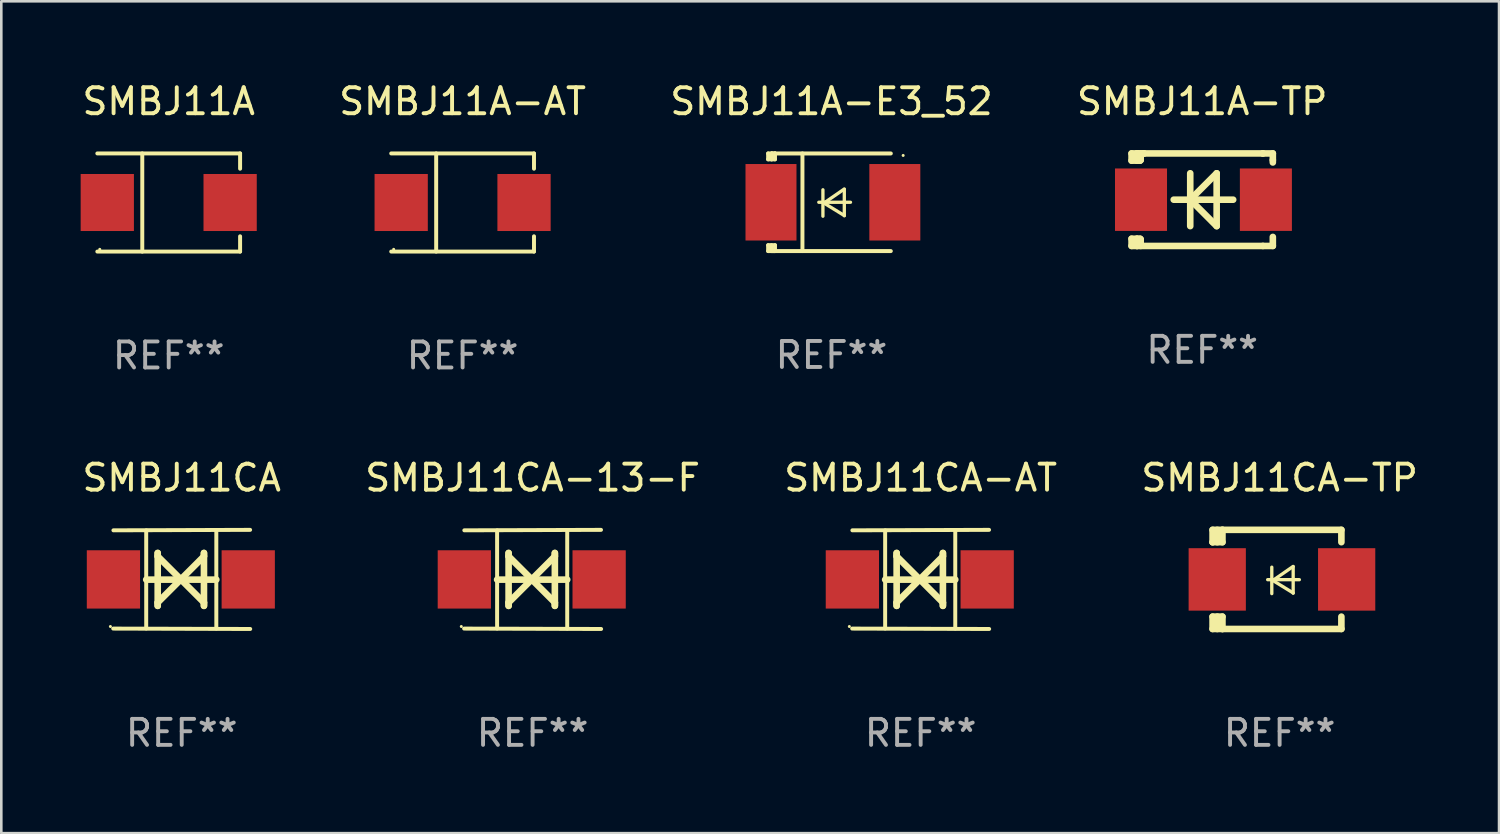
<source format=kicad_pcb>
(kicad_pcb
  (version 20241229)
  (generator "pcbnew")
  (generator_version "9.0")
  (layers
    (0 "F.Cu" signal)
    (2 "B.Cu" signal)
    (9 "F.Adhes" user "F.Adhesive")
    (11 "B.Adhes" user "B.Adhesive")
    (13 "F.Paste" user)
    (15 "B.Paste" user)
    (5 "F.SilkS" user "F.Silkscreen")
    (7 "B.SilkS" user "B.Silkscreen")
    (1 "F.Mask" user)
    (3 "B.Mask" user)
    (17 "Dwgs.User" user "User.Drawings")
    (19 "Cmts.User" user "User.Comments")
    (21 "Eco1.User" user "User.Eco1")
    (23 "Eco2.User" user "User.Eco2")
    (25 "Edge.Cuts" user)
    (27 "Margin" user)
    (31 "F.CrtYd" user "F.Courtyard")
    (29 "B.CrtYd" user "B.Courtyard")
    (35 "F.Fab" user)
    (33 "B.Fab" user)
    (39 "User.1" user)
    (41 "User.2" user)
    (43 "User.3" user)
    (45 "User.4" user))
  (footprint "SMBJ11A-TP"
    (layer "F.Cu")
    (at 43.161 4.626)
    (property "Reference" "SMBJ11A-TP" (at 0 -3.778 0) (layer "F.SilkS") (effects (font (size 1 1) (thickness 0.15))))
    (attr through_hole)
    (fp_line (start -2.715 -1.778) (end -2.715 -1.501) (stroke (width 0.254) (type solid)) (layer "F.SilkS"))
    (fp_line (start -2.715 -1.501) (end -2.505 -1.501) (stroke (width 0.254) (type solid)) (layer "F.SilkS"))
    (fp_line (start -2.715 1.501) (end -2.715 1.778) (stroke (width 0.254) (type solid)) (layer "F.SilkS"))
    (fp_line (start -2.715 1.501) (end -2.505 1.501) (stroke (width 0.254) (type solid)) (layer "F.SilkS"))
    (fp_line (start -2.715 1.778) (end -2.504 1.778) (stroke (width 0.254) (type solid)) (layer "F.SilkS"))
    (fp_line (start -2.505 -1.778) (end -2.715 -1.778) (stroke (width 0.254) (type solid)) (layer "F.SilkS"))
    (fp_line (start -2.505 -1.778) (end -2.238 -1.778) (stroke (width 0.254) (type solid)) (layer "F.SilkS"))
    (fp_line (start -2.505 -1.501) (end -2.505 -1.651) (stroke (width 0.254) (type solid)) (layer "F.SilkS"))
    (fp_line (start -2.505 -1.501) (end -2.388 -1.501) (stroke (width 0.254) (type solid)) (layer "F.SilkS"))
    (fp_line (start -2.505 1.501) (end -2.505 1.778) (stroke (width 0.254) (type solid)) (layer "F.SilkS"))
    (fp_line (start -2.505 1.501) (end -2.388 1.501) (stroke (width 0.254) (type solid)) (layer "F.SilkS"))
    (fp_line (start -2.388 1.501) (end -2.365 1.524) (stroke (width 0.254) (type solid)) (layer "F.SilkS"))
    (fp_line (start -2.388 -1.501) (end -2.365 -1.524) (stroke (width 0.254) (type solid)) (layer "F.SilkS"))
    (fp_line (start -2.365 -1.651) (end -2.505 -1.778) (stroke (width 0.254) (type solid)) (layer "F.SilkS"))
    (fp_line (start -2.365 -1.524) (end -2.365 -1.651) (stroke (width 0.254) (type solid)) (layer "F.SilkS"))
    (fp_line (start -2.365 1.524) (end -2.365 1.778) (stroke (width 0.254) (type solid)) (layer "F.SilkS"))
    (fp_line (start -2.239 -1.778) (end 2.333 -1.778) (stroke (width 0.254) (type solid)) (layer "F.SilkS"))
    (fp_line (start -2.238 -1.778) (end -2.505 -1.778) (stroke (width 0.254) (type solid)) (layer "F.SilkS"))
    (fp_line (start -1.095 0) (end 1.191 0) (stroke (width 0.254) (type solid)) (layer "F.SilkS"))
    (fp_line (start -0.46 -1.016) (end -0.46 1.016) (stroke (width 0.254) (type solid)) (layer "F.SilkS"))
    (fp_line (start -0.46 -0.000127) (end 0.556 1.016) (stroke (width 0.254) (type solid)) (layer "F.SilkS"))
    (fp_line (start 0.556 -1.016) (end 0.556 1.016) (stroke (width 0.254) (type solid)) (layer "F.SilkS"))
    (fp_line (start 0.556 -1.016) (end -0.46 -0.000127) (stroke (width 0.254) (type solid)) (layer "F.SilkS"))
    (fp_line (start 2.333 -1.778) (end 2.333 -1.778) (stroke (width 0.254) (type solid)) (layer "F.SilkS"))
    (fp_line (start 2.333 -1.778) (end 2.715 -1.778) (stroke (width 0.254) (type solid)) (layer "F.SilkS"))
    (fp_line (start 2.334 1.778) (end -2.504 1.778) (stroke (width 0.254) (type solid)) (layer "F.SilkS"))
    (fp_line (start 2.715 -1.778) (end 2.715 -1.524) (stroke (width 0.254) (type solid)) (layer "F.SilkS"))
    (fp_line (start 2.715 -1.524) (end 2.715 -1.431) (stroke (width 0.254) (type solid)) (layer "F.SilkS"))
    (fp_line (start 2.715 1.431) (end 2.715 1.778) (stroke (width 0.254) (type solid)) (layer "F.SilkS"))
    (fp_line (start 2.715 1.778) (end 2.334 1.778) (stroke (width 0.254) (type solid)) (layer "F.SilkS"))
    (fp_circle (center -2.602 1.8) (end -2.572 1.8) (stroke (width 0.06) (type solid)) (fill no) (layer "F.SilkS"))
    (fp_text user "REF**" (at 0 5.778 0) (layer "F.Fab") (effects (font (size 1 1) (thickness 0.15))))
    (pad "1" smd rect (at -2.352 -0.000076) (size 2 2.4) (layers "F.Cu" "F.Mask" "F.Paste"))
    (pad "2" smd rect (at 2.448 -0.000076) (size 2 2.4) (layers "F.Cu" "F.Mask" "F.Paste")))
  (footprint "SMBJ11A-AT"
    (layer "F.Cu")
    (at 14.732 4.734)
    (property "Reference" "SMBJ11A-AT" (at 0 -3.886 0) (layer "F.SilkS") (effects (font (size 1 1) (thickness 0.15))))
    (attr through_hole)
    (fp_line (start -2.744 -1.886) (end 2.744 -1.886) (stroke (width 0.152) (type solid)) (layer "F.SilkS"))
    (fp_line (start -2.744 1.886) (end 2.744 1.886) (stroke (width 0.152) (type solid)) (layer "F.SilkS"))
    (fp_line (start -1.016 -1.886) (end -1.016 1.886) (stroke (width 0.152) (type solid)) (layer "F.SilkS"))
    (fp_line (start 2.744 -1.886) (end 2.744 -1.299) (stroke (width 0.152) (type solid)) (layer "F.SilkS"))
    (fp_line (start 2.744 1.886) (end 2.744 1.299) (stroke (width 0.152) (type solid)) (layer "F.SilkS"))
    (fp_circle (center -2.65 1.8) (end -2.62 1.8) (stroke (width 0.06) (type solid)) (fill no) (layer "F.SilkS"))
    (fp_text user "REF**" (at 0 5.886 0) (layer "F.Fab") (effects (font (size 1 1) (thickness 0.15))))
    (pad "1" smd rect (at -2.361 0) (size 2.047 2.192) (layers "F.Cu" "F.Mask" "F.Paste"))
    (pad "2" smd rect (at 2.361 0) (size 2.047 2.192) (layers "F.Cu" "F.Mask" "F.Paste")))
  (footprint "SMBJ11A-E3_52"
    (layer "F.Cu")
    (at 28.911 4.725)
    (property "Reference" "SMBJ11A-E3_52" (at 0 -3.876 0) (layer "F.SilkS") (effects (font (size 1 1) (thickness 0.15))))
    (attr through_hole)
    (fp_line (start -2.435 1.65) (end -2.171 1.65) (stroke (width 0.152) (type solid)) (layer "F.SilkS"))
    (fp_line (start -2.435 1.876) (end -2.435 1.65) (stroke (width 0.152) (type solid)) (layer "F.SilkS"))
    (fp_line (start -2.435 -1.876) (end -2.171 -1.876) (stroke (width 0.152) (type solid)) (layer "F.SilkS"))
    (fp_line (start -2.435 -1.65) (end -2.435 -1.876) (stroke (width 0.152) (type solid)) (layer "F.SilkS"))
    (fp_line (start -2.305 -1.866) (end -2.295 -1.876) (stroke (width 0.152) (type solid)) (layer "F.SilkS"))
    (fp_line (start -2.305 -1.65) (end -2.305 -1.866) (stroke (width 0.152) (type solid)) (layer "F.SilkS"))
    (fp_line (start -2.305 1.876) (end -2.305 1.65) (stroke (width 0.152) (type solid)) (layer "F.SilkS"))
    (fp_line (start -2.295 -1.876) (end -2.295 -1.65) (stroke (width 0.152) (type solid)) (layer "F.SilkS"))
    (fp_line (start -2.171 1.876) (end -2.435 1.876) (stroke (width 0.152) (type solid)) (layer "F.SilkS"))
    (fp_line (start -2.171 -1.65) (end -2.435 -1.65) (stroke (width 0.152) (type solid)) (layer "F.SilkS"))
    (fp_line (start -2.171 -1.876) (end -2.295 -1.876) (stroke (width 0.152) (type solid)) (layer "F.SilkS"))
    (fp_line (start -2.171 -1.65) (end -2.171 -1.876) (stroke (width 0.152) (type solid)) (layer "F.SilkS"))
    (fp_line (start -2.171 1.876) (end -2.305 1.876) (stroke (width 0.152) (type solid)) (layer "F.SilkS"))
    (fp_line (start -2.171 1.876) (end -2.171 1.65) (stroke (width 0.152) (type solid)) (layer "F.SilkS"))
    (fp_line (start -1.116 1.876) (end -1.116 -1.876) (stroke (width 0.152) (type solid)) (layer "F.SilkS"))
    (fp_line (start -0.488 0.000102) (end 0.731 0.000102) (stroke (width 0.127) (type solid)) (layer "F.SilkS"))
    (fp_line (start -0.329 -0.48) (end -0.329 0.536) (stroke (width 0.127) (type solid)) (layer "F.SilkS"))
    (fp_line (start -0.29 0.03) (end 0.493 0.51) (stroke (width 0.127) (type solid)) (layer "F.SilkS"))
    (fp_line (start 0.493 -0.51) (end -0.29 0.03) (stroke (width 0.127) (type solid)) (layer "F.SilkS"))
    (fp_line (start 0.493 0.52) (end 0.493 -0.496) (stroke (width 0.127) (type solid)) (layer "F.SilkS"))
    (fp_line (start 2.281 -1.876) (end -2.171 -1.876) (stroke (width 0.152) (type solid)) (layer "F.SilkS"))
    (fp_line (start 2.281 1.876) (end -2.171 1.876) (stroke (width 0.152) (type solid)) (layer "F.SilkS"))
    (fp_circle (center 2.755 -1.8) (end 2.785 -1.8) (stroke (width 0.06) (type solid)) (fill no) (layer "F.SilkS"))
    (fp_text user "REF**" (at 0 5.876 0) (layer "F.Fab") (effects (font (size 1 1) (thickness 0.15))))
    (pad "1" smd rect (at 2.435 -0.000025 180) (size 1.96 2.94) (layers "F.Cu" "F.Mask" "F.Paste"))
    (pad "2" smd rect (at -2.325 -0.000025 180) (size 1.96 2.94) (layers "F.Cu" "F.Mask" "F.Paste")))
  (footprint "SMBJ11CA-AT"
    (layer "F.Cu")
    (at 32.339 19.222)
    (property "Reference" "SMBJ11CA-AT" (at 0 -3.905 0) (layer "F.SilkS") (effects (font (size 1 1) (thickness 0.15))))
    (attr through_hole)
    (fp_line (start -1.365 1.886) (end -1.365 -1.886) (stroke (width 0.152) (type solid)) (layer "F.SilkS"))
    (fp_line (start -1.365 0.008) (end 1.33 0.008) (stroke (width 0.254) (type solid)) (layer "F.SilkS"))
    (fp_line (start -0.923 -1.016) (end -0.923 1.016) (stroke (width 0.254) (type solid)) (layer "F.SilkS"))
    (fp_line (start -0.923 -0.889) (end -0.923 -1.016) (stroke (width 0.254) (type solid)) (layer "F.SilkS"))
    (fp_line (start -0.923 0.889) (end -0.034 0) (stroke (width 0.254) (type solid)) (layer "F.SilkS"))
    (fp_line (start -0.923 1.016) (end -0.923 0.889) (stroke (width 0.254) (type solid)) (layer "F.SilkS"))
    (fp_line (start -0.034 0) (end -0.923 -0.889) (stroke (width 0.254) (type solid)) (layer "F.SilkS"))
    (fp_line (start -0.034 0) (end 0.855 0.889) (stroke (width 0.254) (type solid)) (layer "F.SilkS"))
    (fp_line (start 0.855 -1.016) (end 0.855 -0.889) (stroke (width 0.254) (type solid)) (layer "F.SilkS"))
    (fp_line (start 0.855 -0.889) (end -0.034 0) (stroke (width 0.254) (type solid)) (layer "F.SilkS"))
    (fp_line (start 0.855 0.889) (end 0.855 1.016) (stroke (width 0.254) (type solid)) (layer "F.SilkS"))
    (fp_line (start 0.855 1.016) (end 0.855 -1.016) (stroke (width 0.254) (type solid)) (layer "F.SilkS"))
    (fp_line (start 1.33 1.886) (end 1.33 -1.886) (stroke (width 0.152) (type solid)) (layer "F.SilkS"))
    (fp_line (start 2.629 -1.905) (end -2.625 -1.887) (stroke (width 0.152) (type solid)) (layer "F.SilkS"))
    (fp_line (start 2.633 1.905) (end -2.633 1.89) (stroke (width 0.152) (type solid)) (layer "F.SilkS"))
    (fp_circle (center -2.741 1.81) (end -2.711 1.81) (stroke (width 0.06) (type solid)) (fill no) (layer "F.SilkS"))
    (fp_text user "REF**" (at 0 5.905 0) (layer "F.Fab") (effects (font (size 1 1) (thickness 0.15))))
    (pad "1" smd rect (at -2.625 0) (size 2.047 2.241) (layers "F.Cu" "F.Mask" "F.Paste"))
    (pad "2" smd rect (at 2.557 0) (size 2.047 2.241) (layers "F.Cu" "F.Mask" "F.Paste")))
  (footprint "SMBJ11CA"
    (layer "F.Cu")
    (at 3.935 19.222)
    (property "Reference" "SMBJ11CA" (at 0 -3.905 0) (layer "F.SilkS") (effects (font (size 1 1) (thickness 0.15))))
    (attr through_hole)
    (fp_line (start -1.365 1.886) (end -1.365 -1.886) (stroke (width 0.152) (type solid)) (layer "F.SilkS"))
    (fp_line (start -1.365 0.008) (end 1.33 0.008) (stroke (width 0.254) (type solid)) (layer "F.SilkS"))
    (fp_line (start -0.923 -1.016) (end -0.923 1.016) (stroke (width 0.254) (type solid)) (layer "F.SilkS"))
    (fp_line (start -0.923 -0.889) (end -0.923 -1.016) (stroke (width 0.254) (type solid)) (layer "F.SilkS"))
    (fp_line (start -0.923 0.889) (end -0.034 0) (stroke (width 0.254) (type solid)) (layer "F.SilkS"))
    (fp_line (start -0.923 1.016) (end -0.923 0.889) (stroke (width 0.254) (type solid)) (layer "F.SilkS"))
    (fp_line (start -0.034 0) (end -0.923 -0.889) (stroke (width 0.254) (type solid)) (layer "F.SilkS"))
    (fp_line (start -0.034 0) (end 0.855 0.889) (stroke (width 0.254) (type solid)) (layer "F.SilkS"))
    (fp_line (start 0.855 -1.016) (end 0.855 -0.889) (stroke (width 0.254) (type solid)) (layer "F.SilkS"))
    (fp_line (start 0.855 -0.889) (end -0.034 0) (stroke (width 0.254) (type solid)) (layer "F.SilkS"))
    (fp_line (start 0.855 0.889) (end 0.855 1.016) (stroke (width 0.254) (type solid)) (layer "F.SilkS"))
    (fp_line (start 0.855 1.016) (end 0.855 -1.016) (stroke (width 0.254) (type solid)) (layer "F.SilkS"))
    (fp_line (start 1.33 1.886) (end 1.33 -1.886) (stroke (width 0.152) (type solid)) (layer "F.SilkS"))
    (fp_line (start 2.629 -1.905) (end -2.625 -1.887) (stroke (width 0.152) (type solid)) (layer "F.SilkS"))
    (fp_line (start 2.633 1.905) (end -2.633 1.89) (stroke (width 0.152) (type solid)) (layer "F.SilkS"))
    (fp_circle (center -2.741 1.81) (end -2.711 1.81) (stroke (width 0.06) (type solid)) (fill no) (layer "F.SilkS"))
    (fp_text user "REF**" (at 0 5.905 0) (layer "F.Fab") (effects (font (size 1 1) (thickness 0.15))))
    (pad "1" smd rect (at -2.625 0) (size 2.047 2.241) (layers "F.Cu" "F.Mask" "F.Paste"))
    (pad "2" smd rect (at 2.557 0) (size 2.047 2.241) (layers "F.Cu" "F.Mask" "F.Paste")))
  (footprint "SMBJ11CA-TP"
    (layer "F.Cu")
    (at 46.137 19.222)
    (property "Reference" "SMBJ11CA-TP" (at 0 -3.905 0) (layer "F.SilkS") (effects (font (size 1 1) (thickness 0.15))))
    (attr through_hole)
    (fp_line (start -2.577 -1.905) (end -2.577 -1.431) (stroke (width 0.254) (type solid)) (layer "F.SilkS"))
    (fp_line (start -2.577 1.431) (end -2.577 1.905) (stroke (width 0.254) (type solid)) (layer "F.SilkS"))
    (fp_line (start -2.577 1.431) (end -2.198 1.431) (stroke (width 0.254) (type solid)) (layer "F.SilkS"))
    (fp_line (start -2.577 1.905) (end -2.198 1.905) (stroke (width 0.254) (type solid)) (layer "F.SilkS"))
    (fp_line (start -2.577 -1.431) (end -2.577 -1.431) (stroke (width 0.254) (type solid)) (layer "F.SilkS"))
    (fp_line (start -2.395 -1.431) (end -2.395 -1.905) (stroke (width 0.254) (type solid)) (layer "F.SilkS"))
    (fp_line (start -2.395 1.905) (end -2.395 1.431) (stroke (width 0.254) (type solid)) (layer "F.SilkS"))
    (fp_line (start -2.198 -1.905) (end -2.577 -1.905) (stroke (width 0.254) (type solid)) (layer "F.SilkS"))
    (fp_line (start -2.198 -1.905) (end 2.374 -1.905) (stroke (width 0.254) (type solid)) (layer "F.SilkS"))
    (fp_line (start -2.198 -1.431) (end -2.577 -1.431) (stroke (width 0.254) (type solid)) (layer "F.SilkS"))
    (fp_line (start -2.198 -1.431) (end -2.198 -1.905) (stroke (width 0.254) (type solid)) (layer "F.SilkS"))
    (fp_line (start -2.198 1.905) (end -2.198 1.431) (stroke (width 0.254) (type solid)) (layer "F.SilkS"))
    (fp_line (start -0.46 0.01) (end 0.759 0.01) (stroke (width 0.127) (type solid)) (layer "F.SilkS"))
    (fp_line (start -0.301 -0.47) (end -0.301 0.546) (stroke (width 0.127) (type solid)) (layer "F.SilkS"))
    (fp_line (start -0.262 0.04) (end 0.521 0.52) (stroke (width 0.127) (type solid)) (layer "F.SilkS"))
    (fp_line (start 0.521 -0.5) (end -0.262 0.04) (stroke (width 0.127) (type solid)) (layer "F.SilkS"))
    (fp_line (start 0.521 0.53) (end 0.521 -0.486) (stroke (width 0.127) (type solid)) (layer "F.SilkS"))
    (fp_line (start 2.374 -1.905) (end 2.374 -1.431) (stroke (width 0.254) (type solid)) (layer "F.SilkS"))
    (fp_line (start 2.374 1.431) (end 2.374 1.905) (stroke (width 0.254) (type solid)) (layer "F.SilkS"))
    (fp_line (start 2.374 1.905) (end -2.198 1.905) (stroke (width 0.254) (type solid)) (layer "F.SilkS"))
    (fp_circle (center -2.561 1.8) (end -2.531 1.8) (stroke (width 0.06) (type solid)) (fill no) (layer "F.SilkS"))
    (fp_text user "REF**" (at 0 5.905 0) (layer "F.Fab") (effects (font (size 1 1) (thickness 0.15))))
    (pad "1" smd rect (at -2.398 -0.000025) (size 2.2 2.4) (layers "F.Cu" "F.Mask" "F.Paste"))
    (pad "2" smd rect (at 2.577 -0.000025) (size 2.2 2.4) (layers "F.Cu" "F.Mask" "F.Paste")))
  (footprint "SMBJ11A"
    (layer "F.Cu")
    (at 3.435 4.734)
    (property "Reference" "SMBJ11A" (at 0 -3.886 0) (layer "F.SilkS") (effects (font (size 1 1) (thickness 0.15))))
    (attr through_hole)
    (fp_line (start -2.744 -1.886) (end 2.744 -1.886) (stroke (width 0.152) (type solid)) (layer "F.SilkS"))
    (fp_line (start -2.744 1.886) (end 2.744 1.886) (stroke (width 0.152) (type solid)) (layer "F.SilkS"))
    (fp_line (start -1.016 -1.886) (end -1.016 1.886) (stroke (width 0.152) (type solid)) (layer "F.SilkS"))
    (fp_line (start 2.744 -1.886) (end 2.744 -1.299) (stroke (width 0.152) (type solid)) (layer "F.SilkS"))
    (fp_line (start 2.744 1.886) (end 2.744 1.299) (stroke (width 0.152) (type solid)) (layer "F.SilkS"))
    (fp_circle (center -2.65 1.8) (end -2.62 1.8) (stroke (width 0.06) (type solid)) (fill no) (layer "F.SilkS"))
    (fp_text user "REF**" (at 0 5.886 0) (layer "F.Fab") (effects (font (size 1 1) (thickness 0.15))))
    (pad "1" smd rect (at -2.361 0) (size 2.047 2.192) (layers "F.Cu" "F.Mask" "F.Paste"))
    (pad "2" smd rect (at 2.361 0) (size 2.047 2.192) (layers "F.Cu" "F.Mask" "F.Paste")))
  (footprint "SMBJ11CA-13-F"
    (layer "F.Cu")
    (at 17.423 19.222)
    (property "Reference" "SMBJ11CA-13-F" (at 0 -3.905 0) (layer "F.SilkS") (effects (font (size 1 1) (thickness 0.15))))
    (attr through_hole)
    (fp_line (start -1.365 1.886) (end -1.365 -1.886) (stroke (width 0.152) (type solid)) (layer "F.SilkS"))
    (fp_line (start -1.365 0.008) (end 1.33 0.008) (stroke (width 0.254) (type solid)) (layer "F.SilkS"))
    (fp_line (start -0.923 -1.016) (end -0.923 1.016) (stroke (width 0.254) (type solid)) (layer "F.SilkS"))
    (fp_line (start -0.923 -0.889) (end -0.923 -1.016) (stroke (width 0.254) (type solid)) (layer "F.SilkS"))
    (fp_line (start -0.923 0.889) (end -0.034 0) (stroke (width 0.254) (type solid)) (layer "F.SilkS"))
    (fp_line (start -0.923 1.016) (end -0.923 0.889) (stroke (width 0.254) (type solid)) (layer "F.SilkS"))
    (fp_line (start -0.034 0) (end -0.923 -0.889) (stroke (width 0.254) (type solid)) (layer "F.SilkS"))
    (fp_line (start -0.034 0) (end 0.855 0.889) (stroke (width 0.254) (type solid)) (layer "F.SilkS"))
    (fp_line (start 0.855 -1.016) (end 0.855 -0.889) (stroke (width 0.254) (type solid)) (layer "F.SilkS"))
    (fp_line (start 0.855 -0.889) (end -0.034 0) (stroke (width 0.254) (type solid)) (layer "F.SilkS"))
    (fp_line (start 0.855 0.889) (end 0.855 1.016) (stroke (width 0.254) (type solid)) (layer "F.SilkS"))
    (fp_line (start 0.855 1.016) (end 0.855 -1.016) (stroke (width 0.254) (type solid)) (layer "F.SilkS"))
    (fp_line (start 1.33 1.886) (end 1.33 -1.886) (stroke (width 0.152) (type solid)) (layer "F.SilkS"))
    (fp_line (start 2.629 -1.905) (end -2.625 -1.887) (stroke (width 0.152) (type solid)) (layer "F.SilkS"))
    (fp_line (start 2.633 1.905) (end -2.633 1.89) (stroke (width 0.152) (type solid)) (layer "F.SilkS"))
    (fp_circle (center -2.741 1.81) (end -2.711 1.81) (stroke (width 0.06) (type solid)) (fill no) (layer "F.SilkS"))
    (fp_text user "REF**" (at 0 5.905 0) (layer "F.Fab") (effects (font (size 1 1) (thickness 0.15))))
    (pad "1" smd rect (at -2.625 0) (size 2.047 2.241) (layers "F.Cu" "F.Mask" "F.Paste"))
    (pad "2" smd rect (at 2.557 0) (size 2.047 2.241) (layers "F.Cu" "F.Mask" "F.Paste")))
  (gr_rect
    (start -3 -3)
    (end 54.571 28.975)
    (stroke (width 0.1) (type default))
    (fill no)
    (layer "Edge.Cuts")))
</source>
